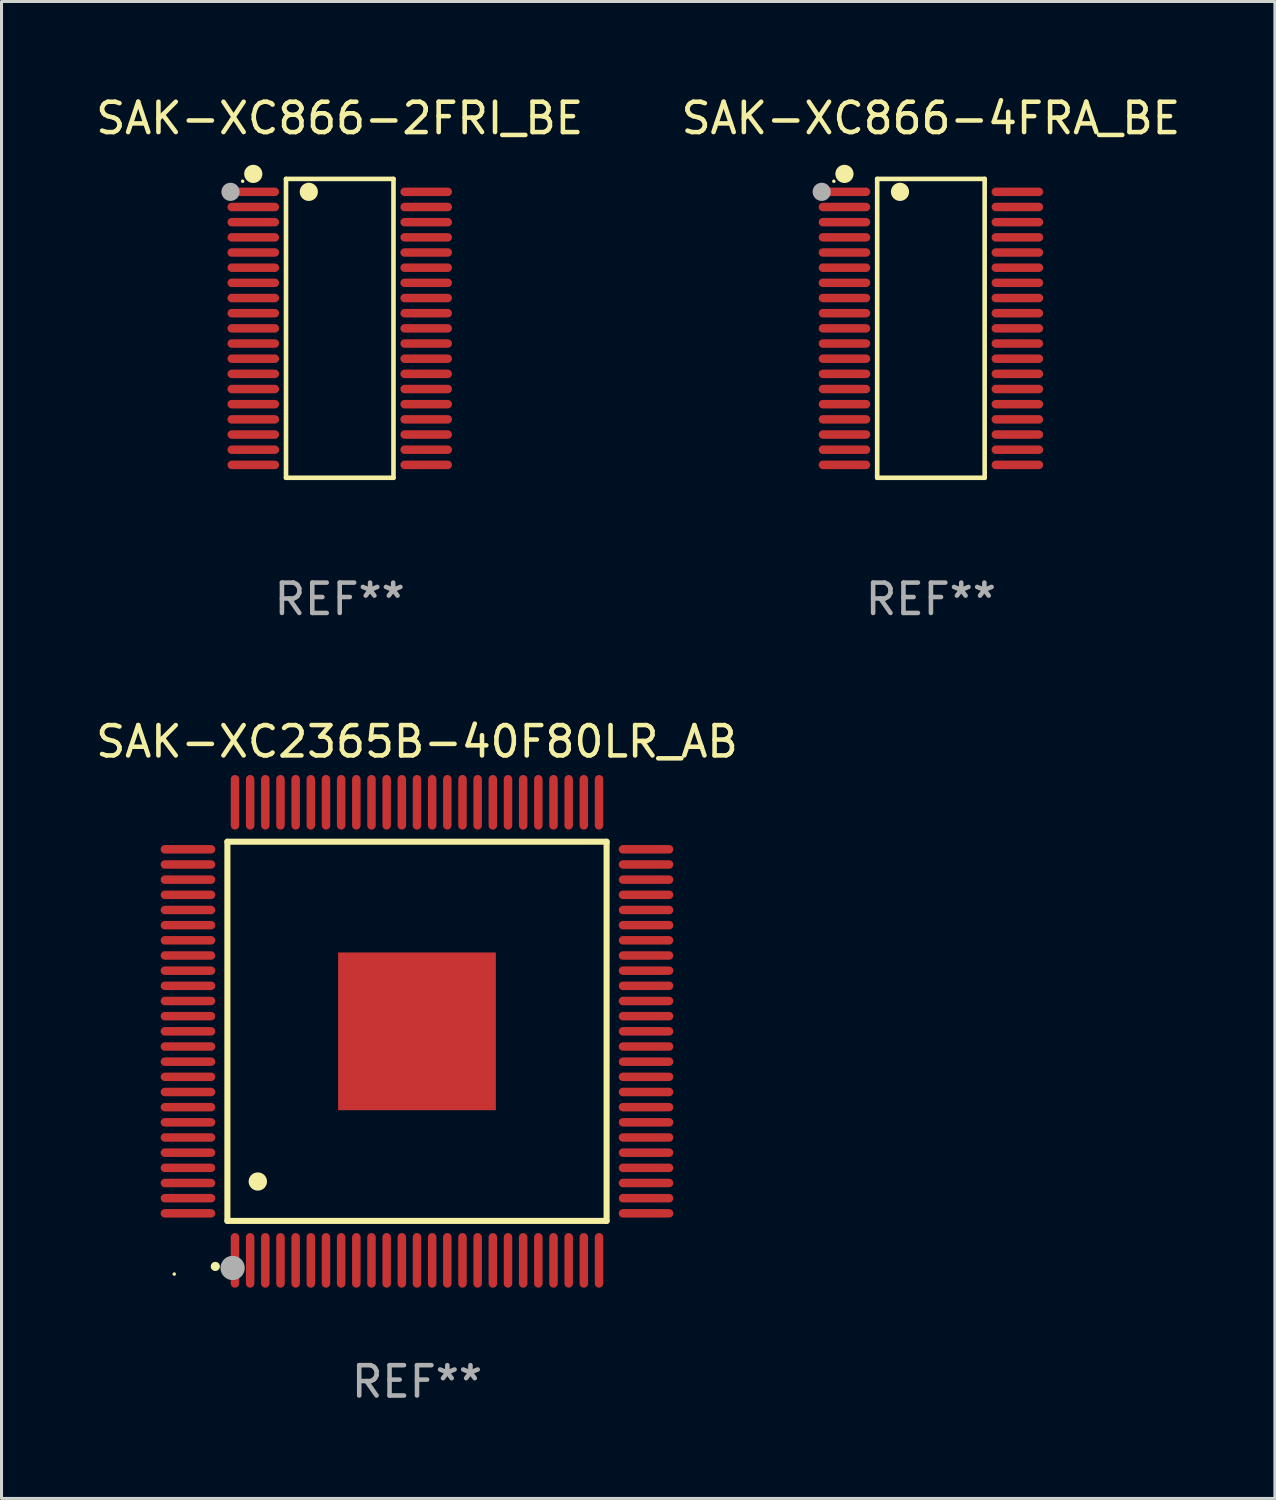
<source format=kicad_pcb>
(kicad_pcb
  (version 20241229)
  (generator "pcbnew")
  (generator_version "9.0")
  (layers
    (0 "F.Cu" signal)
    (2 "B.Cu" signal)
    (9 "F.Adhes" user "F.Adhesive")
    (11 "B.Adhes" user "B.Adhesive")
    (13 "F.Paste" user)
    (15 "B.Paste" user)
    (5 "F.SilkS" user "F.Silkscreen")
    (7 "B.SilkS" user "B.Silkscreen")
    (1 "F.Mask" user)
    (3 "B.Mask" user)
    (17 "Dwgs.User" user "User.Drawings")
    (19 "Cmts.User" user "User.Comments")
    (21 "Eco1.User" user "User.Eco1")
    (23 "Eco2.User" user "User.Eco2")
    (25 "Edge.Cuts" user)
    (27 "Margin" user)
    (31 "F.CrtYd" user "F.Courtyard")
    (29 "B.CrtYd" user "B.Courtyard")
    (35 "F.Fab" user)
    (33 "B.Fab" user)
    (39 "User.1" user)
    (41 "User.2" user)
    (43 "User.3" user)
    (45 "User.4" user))
  (footprint "SAK-XC866-4FRA_BE"
    (layer "F.Cu")
    (at 27.637 7.774)
    (property "Reference" "SAK-XC866-4FRA_BE" (at 0 -6.926 0) (layer "F.SilkS") (effects (font (size 1 1) (thickness 0.15))))
    (attr through_hole)
    (fp_line (start -1.771 -4.926) (end 1.772 -4.926) (stroke (width 0.152) (type solid)) (layer "F.SilkS"))
    (fp_line (start -1.771 4.926) (end -1.771 -4.926) (stroke (width 0.152) (type solid)) (layer "F.SilkS"))
    (fp_line (start 1.772 -4.926) (end 1.772 4.926) (stroke (width 0.152) (type solid)) (layer "F.SilkS"))
    (fp_line (start 1.772 4.926) (end -1.771 4.926) (stroke (width 0.152) (type solid)) (layer "F.SilkS"))
    (fp_circle (center -3.2 -4.85) (end -3.17 -4.85) (stroke (width 0.06) (type solid)) (fill no) (layer "F.SilkS"))
    (fp_circle (center -2.85 -5.092) (end -2.7 -5.092) (stroke (width 0.3) (type solid)) (fill no) (layer "F.SilkS"))
    (fp_circle (center -1.019 -4.5) (end -0.869 -4.5) (stroke (width 0.3) (type solid)) (fill no) (layer "F.SilkS"))
    (fp_circle (center -3.6 -4.5) (end -3.45 -4.5) (stroke (width 0.3) (type solid)) (fill no) (layer "F.Fab"))
    (fp_text user "REF**" (at 0 8.926 0) (layer "F.Fab") (effects (font (size 1 1) (thickness 0.15))))
    (pad "1" smd oval (at -2.85 -4.5 270) (size 0.28 1.7) (layers "F.Cu" "F.Mask" "F.Paste"))
    (pad "2" smd oval (at -2.85 -4 270) (size 0.28 1.7) (layers "F.Cu" "F.Mask" "F.Paste"))
    (pad "3" smd oval (at -2.85 -3.5 270) (size 0.28 1.7) (layers "F.Cu" "F.Mask" "F.Paste"))
    (pad "4" smd oval (at -2.85 -3 270) (size 0.28 1.7) (layers "F.Cu" "F.Mask" "F.Paste"))
    (pad "5" smd oval (at -2.85 -2.5 270) (size 0.28 1.7) (layers "F.Cu" "F.Mask" "F.Paste"))
    (pad "6" smd oval (at -2.85 -2 270) (size 0.28 1.7) (layers "F.Cu" "F.Mask" "F.Paste"))
    (pad "7" smd oval (at -2.85 -1.5 270) (size 0.28 1.7) (layers "F.Cu" "F.Mask" "F.Paste"))
    (pad "8" smd oval (at -2.85 -1 270) (size 0.28 1.7) (layers "F.Cu" "F.Mask" "F.Paste"))
    (pad "9" smd oval (at -2.85 -0.5 270) (size 0.28 1.7) (layers "F.Cu" "F.Mask" "F.Paste"))
    (pad "10" smd oval (at -2.85 0.000051 270) (size 0.28 1.7) (layers "F.Cu" "F.Mask" "F.Paste"))
    (pad "11" smd oval (at -2.85 0.5 270) (size 0.28 1.7) (layers "F.Cu" "F.Mask" "F.Paste"))
    (pad "12" smd oval (at -2.85 1 270) (size 0.28 1.7) (layers "F.Cu" "F.Mask" "F.Paste"))
    (pad "13" smd oval (at -2.85 1.5 270) (size 0.28 1.7) (layers "F.Cu" "F.Mask" "F.Paste"))
    (pad "14" smd oval (at -2.85 2 270) (size 0.28 1.7) (layers "F.Cu" "F.Mask" "F.Paste"))
    (pad "15" smd oval (at -2.85 2.5 270) (size 0.28 1.7) (layers "F.Cu" "F.Mask" "F.Paste"))
    (pad "16" smd oval (at -2.85 3 270) (size 0.28 1.7) (layers "F.Cu" "F.Mask" "F.Paste"))
    (pad "17" smd oval (at -2.85 3.5 270) (size 0.28 1.7) (layers "F.Cu" "F.Mask" "F.Paste"))
    (pad "18" smd oval (at -2.85 4 270) (size 0.28 1.7) (layers "F.Cu" "F.Mask" "F.Paste"))
    (pad "19" smd oval (at -2.85 4.5 270) (size 0.28 1.7) (layers "F.Cu" "F.Mask" "F.Paste"))
    (pad "20" smd oval (at 2.85 4.5 270) (size 0.28 1.7) (layers "F.Cu" "F.Mask" "F.Paste"))
    (pad "21" smd oval (at 2.85 4 270) (size 0.28 1.7) (layers "F.Cu" "F.Mask" "F.Paste"))
    (pad "22" smd oval (at 2.85 3.5 270) (size 0.28 1.7) (layers "F.Cu" "F.Mask" "F.Paste"))
    (pad "23" smd oval (at 2.85 3 270) (size 0.28 1.7) (layers "F.Cu" "F.Mask" "F.Paste"))
    (pad "24" smd oval (at 2.85 2.5 270) (size 0.28 1.7) (layers "F.Cu" "F.Mask" "F.Paste"))
    (pad "25" smd oval (at 2.85 2 270) (size 0.28 1.7) (layers "F.Cu" "F.Mask" "F.Paste"))
    (pad "26" smd oval (at 2.85 1.5 270) (size 0.28 1.7) (layers "F.Cu" "F.Mask" "F.Paste"))
    (pad "27" smd oval (at 2.85 1 270) (size 0.28 1.7) (layers "F.Cu" "F.Mask" "F.Paste"))
    (pad "28" smd oval (at 2.85 0.5 270) (size 0.28 1.7) (layers "F.Cu" "F.Mask" "F.Paste"))
    (pad "29" smd oval (at 2.85 0.000051 270) (size 0.28 1.7) (layers "F.Cu" "F.Mask" "F.Paste"))
    (pad "30" smd oval (at 2.85 -0.5 270) (size 0.28 1.7) (layers "F.Cu" "F.Mask" "F.Paste"))
    (pad "31" smd oval (at 2.85 -1 270) (size 0.28 1.7) (layers "F.Cu" "F.Mask" "F.Paste"))
    (pad "32" smd oval (at 2.85 -1.5 270) (size 0.28 1.7) (layers "F.Cu" "F.Mask" "F.Paste"))
    (pad "33" smd oval (at 2.85 -2 270) (size 0.28 1.7) (layers "F.Cu" "F.Mask" "F.Paste"))
    (pad "34" smd oval (at 2.85 -2.5 270) (size 0.28 1.7) (layers "F.Cu" "F.Mask" "F.Paste"))
    (pad "35" smd oval (at 2.85 -3 270) (size 0.28 1.7) (layers "F.Cu" "F.Mask" "F.Paste"))
    (pad "36" smd oval (at 2.85 -3.5 270) (size 0.28 1.7) (layers "F.Cu" "F.Mask" "F.Paste"))
    (pad "37" smd oval (at 2.85 -4 270) (size 0.28 1.7) (layers "F.Cu" "F.Mask" "F.Paste"))
    (pad "38" smd oval (at 2.85 -4.5 270) (size 0.28 1.7) (layers "F.Cu" "F.Mask" "F.Paste")))
  (footprint "SAK-XC866-2FRI_BE"
    (layer "F.Cu")
    (at 8.149 7.774)
    (property "Reference" "SAK-XC866-2FRI_BE" (at 0 -6.926 0) (layer "F.SilkS") (effects (font (size 1 1) (thickness 0.15))))
    (attr through_hole)
    (fp_line (start -1.771 -4.926) (end 1.772 -4.926) (stroke (width 0.152) (type solid)) (layer "F.SilkS"))
    (fp_line (start -1.771 4.926) (end -1.771 -4.926) (stroke (width 0.152) (type solid)) (layer "F.SilkS"))
    (fp_line (start 1.772 -4.926) (end 1.772 4.926) (stroke (width 0.152) (type solid)) (layer "F.SilkS"))
    (fp_line (start 1.772 4.926) (end -1.771 4.926) (stroke (width 0.152) (type solid)) (layer "F.SilkS"))
    (fp_circle (center -3.2 -4.85) (end -3.17 -4.85) (stroke (width 0.06) (type solid)) (fill no) (layer "F.SilkS"))
    (fp_circle (center -2.85 -5.092) (end -2.7 -5.092) (stroke (width 0.3) (type solid)) (fill no) (layer "F.SilkS"))
    (fp_circle (center -1.019 -4.5) (end -0.869 -4.5) (stroke (width 0.3) (type solid)) (fill no) (layer "F.SilkS"))
    (fp_circle (center -3.6 -4.5) (end -3.45 -4.5) (stroke (width 0.3) (type solid)) (fill no) (layer "F.Fab"))
    (fp_text user "REF**" (at 0 8.926 0) (layer "F.Fab") (effects (font (size 1 1) (thickness 0.15))))
    (pad "1" smd oval (at -2.85 -4.5 270) (size 0.28 1.7) (layers "F.Cu" "F.Mask" "F.Paste"))
    (pad "2" smd oval (at -2.85 -4 270) (size 0.28 1.7) (layers "F.Cu" "F.Mask" "F.Paste"))
    (pad "3" smd oval (at -2.85 -3.5 270) (size 0.28 1.7) (layers "F.Cu" "F.Mask" "F.Paste"))
    (pad "4" smd oval (at -2.85 -3 270) (size 0.28 1.7) (layers "F.Cu" "F.Mask" "F.Paste"))
    (pad "5" smd oval (at -2.85 -2.5 270) (size 0.28 1.7) (layers "F.Cu" "F.Mask" "F.Paste"))
    (pad "6" smd oval (at -2.85 -2 270) (size 0.28 1.7) (layers "F.Cu" "F.Mask" "F.Paste"))
    (pad "7" smd oval (at -2.85 -1.5 270) (size 0.28 1.7) (layers "F.Cu" "F.Mask" "F.Paste"))
    (pad "8" smd oval (at -2.85 -1 270) (size 0.28 1.7) (layers "F.Cu" "F.Mask" "F.Paste"))
    (pad "9" smd oval (at -2.85 -0.5 270) (size 0.28 1.7) (layers "F.Cu" "F.Mask" "F.Paste"))
    (pad "10" smd oval (at -2.85 0.000051 270) (size 0.28 1.7) (layers "F.Cu" "F.Mask" "F.Paste"))
    (pad "11" smd oval (at -2.85 0.5 270) (size 0.28 1.7) (layers "F.Cu" "F.Mask" "F.Paste"))
    (pad "12" smd oval (at -2.85 1 270) (size 0.28 1.7) (layers "F.Cu" "F.Mask" "F.Paste"))
    (pad "13" smd oval (at -2.85 1.5 270) (size 0.28 1.7) (layers "F.Cu" "F.Mask" "F.Paste"))
    (pad "14" smd oval (at -2.85 2 270) (size 0.28 1.7) (layers "F.Cu" "F.Mask" "F.Paste"))
    (pad "15" smd oval (at -2.85 2.5 270) (size 0.28 1.7) (layers "F.Cu" "F.Mask" "F.Paste"))
    (pad "16" smd oval (at -2.85 3 270) (size 0.28 1.7) (layers "F.Cu" "F.Mask" "F.Paste"))
    (pad "17" smd oval (at -2.85 3.5 270) (size 0.28 1.7) (layers "F.Cu" "F.Mask" "F.Paste"))
    (pad "18" smd oval (at -2.85 4 270) (size 0.28 1.7) (layers "F.Cu" "F.Mask" "F.Paste"))
    (pad "19" smd oval (at -2.85 4.5 270) (size 0.28 1.7) (layers "F.Cu" "F.Mask" "F.Paste"))
    (pad "20" smd oval (at 2.85 4.5 270) (size 0.28 1.7) (layers "F.Cu" "F.Mask" "F.Paste"))
    (pad "21" smd oval (at 2.85 4 270) (size 0.28 1.7) (layers "F.Cu" "F.Mask" "F.Paste"))
    (pad "22" smd oval (at 2.85 3.5 270) (size 0.28 1.7) (layers "F.Cu" "F.Mask" "F.Paste"))
    (pad "23" smd oval (at 2.85 3 270) (size 0.28 1.7) (layers "F.Cu" "F.Mask" "F.Paste"))
    (pad "24" smd oval (at 2.85 2.5 270) (size 0.28 1.7) (layers "F.Cu" "F.Mask" "F.Paste"))
    (pad "25" smd oval (at 2.85 2 270) (size 0.28 1.7) (layers "F.Cu" "F.Mask" "F.Paste"))
    (pad "26" smd oval (at 2.85 1.5 270) (size 0.28 1.7) (layers "F.Cu" "F.Mask" "F.Paste"))
    (pad "27" smd oval (at 2.85 1 270) (size 0.28 1.7) (layers "F.Cu" "F.Mask" "F.Paste"))
    (pad "28" smd oval (at 2.85 0.5 270) (size 0.28 1.7) (layers "F.Cu" "F.Mask" "F.Paste"))
    (pad "29" smd oval (at 2.85 0.000051 270) (size 0.28 1.7) (layers "F.Cu" "F.Mask" "F.Paste"))
    (pad "30" smd oval (at 2.85 -0.5 270) (size 0.28 1.7) (layers "F.Cu" "F.Mask" "F.Paste"))
    (pad "31" smd oval (at 2.85 -1 270) (size 0.28 1.7) (layers "F.Cu" "F.Mask" "F.Paste"))
    (pad "32" smd oval (at 2.85 -1.5 270) (size 0.28 1.7) (layers "F.Cu" "F.Mask" "F.Paste"))
    (pad "33" smd oval (at 2.85 -2 270) (size 0.28 1.7) (layers "F.Cu" "F.Mask" "F.Paste"))
    (pad "34" smd oval (at 2.85 -2.5 270) (size 0.28 1.7) (layers "F.Cu" "F.Mask" "F.Paste"))
    (pad "35" smd oval (at 2.85 -3 270) (size 0.28 1.7) (layers "F.Cu" "F.Mask" "F.Paste"))
    (pad "36" smd oval (at 2.85 -3.5 270) (size 0.28 1.7) (layers "F.Cu" "F.Mask" "F.Paste"))
    (pad "37" smd oval (at 2.85 -4 270) (size 0.28 1.7) (layers "F.Cu" "F.Mask" "F.Paste"))
    (pad "38" smd oval (at 2.85 -4.5 270) (size 0.28 1.7) (layers "F.Cu" "F.Mask" "F.Paste")))
  (footprint "SAK-XC2365B-40F80LR_AB"
    (layer "F.Cu")
    (at 10.696 30.947)
    (property "Reference" "SAK-XC2365B-40F80LR_AB" (at 0 -9.55 0) (layer "F.SilkS") (effects (font (size 1 1) (thickness 0.15))))
    (attr through_hole)
    (fp_line (start -6.25 -6.25) (end -6.25 6.25) (stroke (width 0.2) (type solid)) (layer "F.SilkS"))
    (fp_line (start -6.25 6.25) (end 6.25 6.25) (stroke (width 0.2) (type solid)) (layer "F.SilkS"))
    (fp_line (start 6.25 -6.25) (end -6.25 -6.25) (stroke (width 0.2) (type solid)) (layer "F.SilkS"))
    (fp_line (start 6.25 6.25) (end 6.25 -6.25) (stroke (width 0.2) (type solid)) (layer "F.SilkS"))
    (fp_arc (start -6.649733 7.749555) (mid -6.648463 7.74955) (end -6.647193 7.749555) (stroke (width 0.3) (type solid)) (layer "F.SilkS"))
    (fp_arc (start -5.250191 4.95047) (mid -5.247651 4.950459) (end -5.245111 4.95047) (stroke (width 0.6) (type solid)) (layer "F.SilkS"))
    (fp_circle (center -8.002 8.002) (end -7.972 8.002) (stroke (width 0.06) (type solid)) (fill no) (layer "F.SilkS"))
    (fp_circle (center -6.078 7.801) (end -5.878 7.801) (stroke (width 0.4) (type solid)) (fill no) (layer "F.Fab"))
    (fp_text user "REF**" (at 0 11.55 0) (layer "F.Fab") (effects (font (size 1 1) (thickness 0.15))))
    (pad "1" smd oval (at -6 7.55 180) (size 0.28 1.8) (layers "F.Cu" "F.Mask" "F.Paste"))
    (pad "2" smd oval (at -5.5 7.55 180) (size 0.28 1.8) (layers "F.Cu" "F.Mask" "F.Paste"))
    (pad "3" smd oval (at -5 7.55 180) (size 0.28 1.8) (layers "F.Cu" "F.Mask" "F.Paste"))
    (pad "4" smd oval (at -4.5 7.55 180) (size 0.28 1.8) (layers "F.Cu" "F.Mask" "F.Paste"))
    (pad "5" smd oval (at -4 7.55 180) (size 0.28 1.8) (layers "F.Cu" "F.Mask" "F.Paste"))
    (pad "6" smd oval (at -3.5 7.55 180) (size 0.28 1.8) (layers "F.Cu" "F.Mask" "F.Paste"))
    (pad "7" smd oval (at -3 7.55 180) (size 0.28 1.8) (layers "F.Cu" "F.Mask" "F.Paste"))
    (pad "8" smd oval (at -2.5 7.55 180) (size 0.28 1.8) (layers "F.Cu" "F.Mask" "F.Paste"))
    (pad "9" smd oval (at -2 7.55 180) (size 0.28 1.8) (layers "F.Cu" "F.Mask" "F.Paste"))
    (pad "10" smd oval (at -1.5 7.55 180) (size 0.28 1.8) (layers "F.Cu" "F.Mask" "F.Paste"))
    (pad "11" smd oval (at -1 7.55 180) (size 0.28 1.8) (layers "F.Cu" "F.Mask" "F.Paste"))
    (pad "12" smd oval (at -0.5 7.55 180) (size 0.28 1.8) (layers "F.Cu" "F.Mask" "F.Paste"))
    (pad "13" smd oval (at 0 7.55 180) (size 0.28 1.8) (layers "F.Cu" "F.Mask" "F.Paste"))
    (pad "14" smd oval (at 0.5 7.55 180) (size 0.28 1.8) (layers "F.Cu" "F.Mask" "F.Paste"))
    (pad "15" smd oval (at 1 7.55 180) (size 0.28 1.8) (layers "F.Cu" "F.Mask" "F.Paste"))
    (pad "16" smd oval (at 1.5 7.55 180) (size 0.28 1.8) (layers "F.Cu" "F.Mask" "F.Paste"))
    (pad "17" smd oval (at 2 7.55 180) (size 0.28 1.8) (layers "F.Cu" "F.Mask" "F.Paste"))
    (pad "18" smd oval (at 2.5 7.55 180) (size 0.28 1.8) (layers "F.Cu" "F.Mask" "F.Paste"))
    (pad "19" smd oval (at 3 7.55 180) (size 0.28 1.8) (layers "F.Cu" "F.Mask" "F.Paste"))
    (pad "20" smd oval (at 3.5 7.55 180) (size 0.28 1.8) (layers "F.Cu" "F.Mask" "F.Paste"))
    (pad "21" smd oval (at 4 7.55 180) (size 0.28 1.8) (layers "F.Cu" "F.Mask" "F.Paste"))
    (pad "22" smd oval (at 4.5 7.55 180) (size 0.28 1.8) (layers "F.Cu" "F.Mask" "F.Paste"))
    (pad "23" smd oval (at 5 7.55 180) (size 0.28 1.8) (layers "F.Cu" "F.Mask" "F.Paste"))
    (pad "24" smd oval (at 5.5 7.55 180) (size 0.28 1.8) (layers "F.Cu" "F.Mask" "F.Paste"))
    (pad "25" smd oval (at 6 7.55 180) (size 0.28 1.8) (layers "F.Cu" "F.Mask" "F.Paste"))
    (pad "26" smd oval (at 7.55 6 90) (size 0.28 1.8) (layers "F.Cu" "F.Mask" "F.Paste"))
    (pad "27" smd oval (at 7.55 5.5 90) (size 0.28 1.8) (layers "F.Cu" "F.Mask" "F.Paste"))
    (pad "28" smd oval (at 7.55 5 90) (size 0.28 1.8) (layers "F.Cu" "F.Mask" "F.Paste"))
    (pad "29" smd oval (at 7.55 4.5 90) (size 0.28 1.8) (layers "F.Cu" "F.Mask" "F.Paste"))
    (pad "30" smd oval (at 7.55 4 90) (size 0.28 1.8) (layers "F.Cu" "F.Mask" "F.Paste"))
    (pad "31" smd oval (at 7.55 3.5 90) (size 0.28 1.8) (layers "F.Cu" "F.Mask" "F.Paste"))
    (pad "32" smd oval (at 7.55 3 90) (size 0.28 1.8) (layers "F.Cu" "F.Mask" "F.Paste"))
    (pad "33" smd oval (at 7.55 2.5 90) (size 0.28 1.8) (layers "F.Cu" "F.Mask" "F.Paste"))
    (pad "34" smd oval (at 7.55 2 90) (size 0.28 1.8) (layers "F.Cu" "F.Mask" "F.Paste"))
    (pad "35" smd oval (at 7.55 1.5 90) (size 0.28 1.8) (layers "F.Cu" "F.Mask" "F.Paste"))
    (pad "36" smd oval (at 7.55 1 90) (size 0.28 1.8) (layers "F.Cu" "F.Mask" "F.Paste"))
    (pad "37" smd oval (at 7.55 0.5 90) (size 0.28 1.8) (layers "F.Cu" "F.Mask" "F.Paste"))
    (pad "38" smd oval (at 7.55 0 90) (size 0.28 1.8) (layers "F.Cu" "F.Mask" "F.Paste"))
    (pad "39" smd oval (at 7.55 -0.5 90) (size 0.28 1.8) (layers "F.Cu" "F.Mask" "F.Paste"))
    (pad "40" smd oval (at 7.55 -1 90) (size 0.28 1.8) (layers "F.Cu" "F.Mask" "F.Paste"))
    (pad "41" smd oval (at 7.55 -1.5 90) (size 0.28 1.8) (layers "F.Cu" "F.Mask" "F.Paste"))
    (pad "42" smd oval (at 7.55 -2 90) (size 0.28 1.8) (layers "F.Cu" "F.Mask" "F.Paste"))
    (pad "43" smd oval (at 7.55 -2.5 90) (size 0.28 1.8) (layers "F.Cu" "F.Mask" "F.Paste"))
    (pad "44" smd oval (at 7.55 -3 90) (size 0.28 1.8) (layers "F.Cu" "F.Mask" "F.Paste"))
    (pad "45" smd oval (at 7.55 -3.5 90) (size 0.28 1.8) (layers "F.Cu" "F.Mask" "F.Paste"))
    (pad "46" smd oval (at 7.55 -4 90) (size 0.28 1.8) (layers "F.Cu" "F.Mask" "F.Paste"))
    (pad "47" smd oval (at 7.55 -4.5 90) (size 0.28 1.8) (layers "F.Cu" "F.Mask" "F.Paste"))
    (pad "48" smd oval (at 7.55 -5 90) (size 0.28 1.8) (layers "F.Cu" "F.Mask" "F.Paste"))
    (pad "49" smd oval (at 7.55 -5.5 90) (size 0.28 1.8) (layers "F.Cu" "F.Mask" "F.Paste"))
    (pad "50" smd oval (at 7.55 -6 90) (size 0.28 1.8) (layers "F.Cu" "F.Mask" "F.Paste"))
    (pad "51" smd oval (at 6 -7.55 180) (size 0.28 1.8) (layers "F.Cu" "F.Mask" "F.Paste"))
    (pad "52" smd oval (at 5.5 -7.55 180) (size 0.28 1.8) (layers "F.Cu" "F.Mask" "F.Paste"))
    (pad "53" smd oval (at 5 -7.55 180) (size 0.28 1.8) (layers "F.Cu" "F.Mask" "F.Paste"))
    (pad "54" smd oval (at 4.5 -7.55 180) (size 0.28 1.8) (layers "F.Cu" "F.Mask" "F.Paste"))
    (pad "55" smd oval (at 4 -7.55 180) (size 0.28 1.8) (layers "F.Cu" "F.Mask" "F.Paste"))
    (pad "56" smd oval (at 3.5 -7.55 180) (size 0.28 1.8) (layers "F.Cu" "F.Mask" "F.Paste"))
    (pad "57" smd oval (at 3 -7.55 180) (size 0.28 1.8) (layers "F.Cu" "F.Mask" "F.Paste"))
    (pad "58" smd oval (at 2.5 -7.55 180) (size 0.28 1.8) (layers "F.Cu" "F.Mask" "F.Paste"))
    (pad "59" smd oval (at 2 -7.55 180) (size 0.28 1.8) (layers "F.Cu" "F.Mask" "F.Paste"))
    (pad "60" smd oval (at 1.5 -7.55 180) (size 0.28 1.8) (layers "F.Cu" "F.Mask" "F.Paste"))
    (pad "61" smd oval (at 1 -7.55 180) (size 0.28 1.8) (layers "F.Cu" "F.Mask" "F.Paste"))
    (pad "62" smd oval (at 0.5 -7.55 180) (size 0.28 1.8) (layers "F.Cu" "F.Mask" "F.Paste"))
    (pad "63" smd oval (at 0 -7.55 180) (size 0.28 1.8) (layers "F.Cu" "F.Mask" "F.Paste"))
    (pad "64" smd oval (at -0.5 -7.55 180) (size 0.28 1.8) (layers "F.Cu" "F.Mask" "F.Paste"))
    (pad "65" smd oval (at -1 -7.55 180) (size 0.28 1.8) (layers "F.Cu" "F.Mask" "F.Paste"))
    (pad "66" smd oval (at -1.5 -7.55 180) (size 0.28 1.8) (layers "F.Cu" "F.Mask" "F.Paste"))
    (pad "67" smd oval (at -2 -7.55 180) (size 0.28 1.8) (layers "F.Cu" "F.Mask" "F.Paste"))
    (pad "68" smd oval (at -2.5 -7.55 180) (size 0.28 1.8) (layers "F.Cu" "F.Mask" "F.Paste"))
    (pad "69" smd oval (at -3 -7.55 180) (size 0.28 1.8) (layers "F.Cu" "F.Mask" "F.Paste"))
    (pad "70" smd oval (at -3.5 -7.55 180) (size 0.28 1.8) (layers "F.Cu" "F.Mask" "F.Paste"))
    (pad "71" smd oval (at -4 -7.55 180) (size 0.28 1.8) (layers "F.Cu" "F.Mask" "F.Paste"))
    (pad "72" smd oval (at -4.5 -7.55 180) (size 0.28 1.8) (layers "F.Cu" "F.Mask" "F.Paste"))
    (pad "73" smd oval (at -5 -7.55 180) (size 0.28 1.8) (layers "F.Cu" "F.Mask" "F.Paste"))
    (pad "74" smd oval (at -5.5 -7.55 180) (size 0.28 1.8) (layers "F.Cu" "F.Mask" "F.Paste"))
    (pad "75" smd oval (at -6 -7.55 180) (size 0.28 1.8) (layers "F.Cu" "F.Mask" "F.Paste"))
    (pad "76" smd oval (at -7.55 -6 90) (size 0.28 1.8) (layers "F.Cu" "F.Mask" "F.Paste"))
    (pad "77" smd oval (at -7.55 -5.5 90) (size 0.28 1.8) (layers "F.Cu" "F.Mask" "F.Paste"))
    (pad "78" smd oval (at -7.55 -5 90) (size 0.28 1.8) (layers "F.Cu" "F.Mask" "F.Paste"))
    (pad "79" smd oval (at -7.55 -4.5 90) (size 0.28 1.8) (layers "F.Cu" "F.Mask" "F.Paste"))
    (pad "80" smd oval (at -7.55 -4 90) (size 0.28 1.8) (layers "F.Cu" "F.Mask" "F.Paste"))
    (pad "81" smd oval (at -7.55 -3.5 90) (size 0.28 1.8) (layers "F.Cu" "F.Mask" "F.Paste"))
    (pad "82" smd oval (at -7.55 -3 90) (size 0.28 1.8) (layers "F.Cu" "F.Mask" "F.Paste"))
    (pad "83" smd oval (at -7.55 -2.5 90) (size 0.28 1.8) (layers "F.Cu" "F.Mask" "F.Paste"))
    (pad "84" smd oval (at -7.55 -2 90) (size 0.28 1.8) (layers "F.Cu" "F.Mask" "F.Paste"))
    (pad "85" smd oval (at -7.55 -1.5 90) (size 0.28 1.8) (layers "F.Cu" "F.Mask" "F.Paste"))
    (pad "86" smd oval (at -7.55 -1 90) (size 0.28 1.8) (layers "F.Cu" "F.Mask" "F.Paste"))
    (pad "87" smd oval (at -7.55 -0.5 90) (size 0.28 1.8) (layers "F.Cu" "F.Mask" "F.Paste"))
    (pad "88" smd oval (at -7.55 0 90) (size 0.28 1.8) (layers "F.Cu" "F.Mask" "F.Paste"))
    (pad "89" smd oval (at -7.55 0.5 90) (size 0.28 1.8) (layers "F.Cu" "F.Mask" "F.Paste"))
    (pad "90" smd oval (at -7.55 1 90) (size 0.28 1.8) (layers "F.Cu" "F.Mask" "F.Paste"))
    (pad "91" smd oval (at -7.55 1.5 90) (size 0.28 1.8) (layers "F.Cu" "F.Mask" "F.Paste"))
    (pad "92" smd oval (at -7.55 2 90) (size 0.28 1.8) (layers "F.Cu" "F.Mask" "F.Paste"))
    (pad "93" smd oval (at -7.55 2.5 90) (size 0.28 1.8) (layers "F.Cu" "F.Mask" "F.Paste"))
    (pad "94" smd oval (at -7.55 3 90) (size 0.28 1.8) (layers "F.Cu" "F.Mask" "F.Paste"))
    (pad "95" smd oval (at -7.55 3.5 90) (size 0.28 1.8) (layers "F.Cu" "F.Mask" "F.Paste"))
    (pad "96" smd oval (at -7.55 4 90) (size 0.28 1.8) (layers "F.Cu" "F.Mask" "F.Paste"))
    (pad "97" smd oval (at -7.55 4.5 90) (size 0.28 1.8) (layers "F.Cu" "F.Mask" "F.Paste"))
    (pad "98" smd oval (at -7.55 5 90) (size 0.28 1.8) (layers "F.Cu" "F.Mask" "F.Paste"))
    (pad "99" smd oval (at -7.55 5.5 90) (size 0.28 1.8) (layers "F.Cu" "F.Mask" "F.Paste"))
    (pad "100" smd oval (at -7.55 6 90) (size 0.28 1.8) (layers "F.Cu" "F.Mask" "F.Paste"))
    (pad "101" smd rect (at 0 0) (size 5.2 5.2) (layers "F.Cu" "F.Mask" "F.Paste")))
  (gr_rect
    (start -3 -3)
    (end 38.976 46.345)
    (stroke (width 0.1) (type default))
    (fill no)
    (layer "Edge.Cuts")))
</source>
